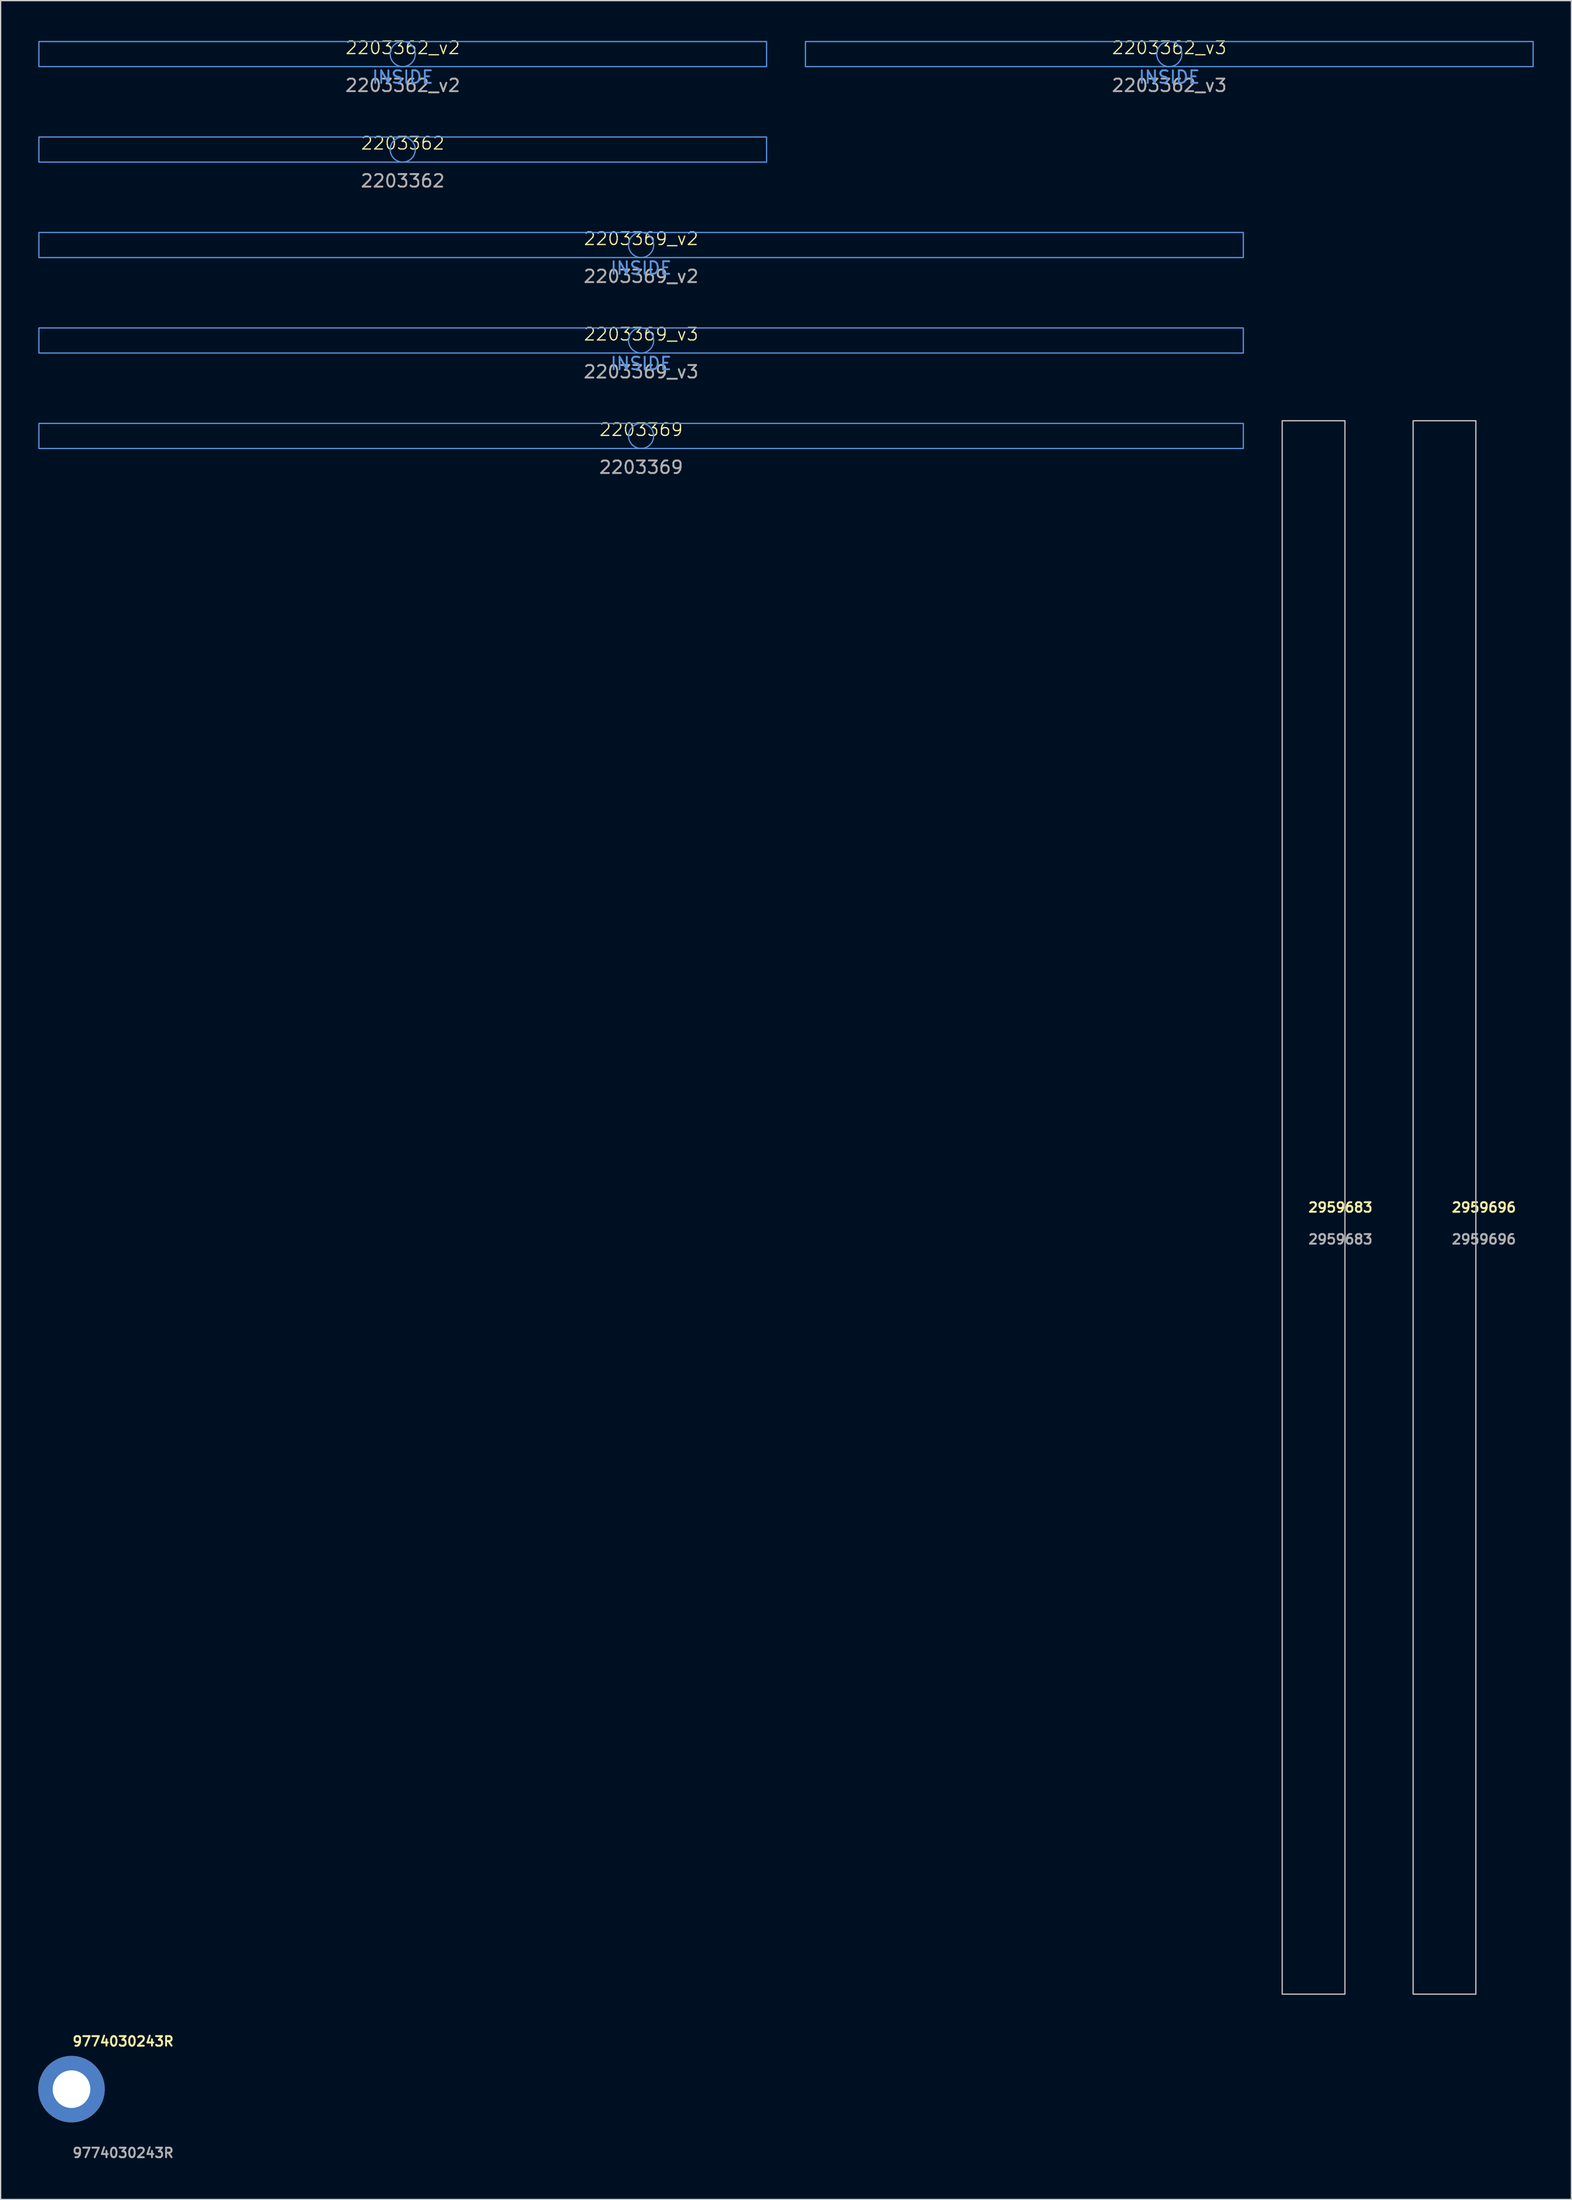
<source format=kicad_pcb>
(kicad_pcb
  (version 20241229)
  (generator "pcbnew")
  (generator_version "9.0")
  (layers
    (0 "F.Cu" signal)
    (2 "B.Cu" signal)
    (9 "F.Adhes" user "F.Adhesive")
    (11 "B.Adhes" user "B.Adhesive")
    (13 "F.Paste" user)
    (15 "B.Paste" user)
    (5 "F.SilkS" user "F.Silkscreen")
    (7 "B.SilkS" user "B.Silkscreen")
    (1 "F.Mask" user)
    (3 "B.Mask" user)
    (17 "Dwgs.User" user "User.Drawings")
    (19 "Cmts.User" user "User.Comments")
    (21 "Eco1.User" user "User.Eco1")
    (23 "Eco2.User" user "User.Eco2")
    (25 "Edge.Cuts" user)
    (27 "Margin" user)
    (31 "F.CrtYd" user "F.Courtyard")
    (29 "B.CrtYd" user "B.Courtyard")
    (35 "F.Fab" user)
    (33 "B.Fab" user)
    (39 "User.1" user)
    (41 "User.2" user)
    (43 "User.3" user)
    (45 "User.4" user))
  (footprint "2203369"
    (layer "F.Cu")
    (at 48.05 31.695)
    (property "Reference" "2203369" (at 0 -0.5 0) (unlocked yes) (layer "F.SilkS") (effects (font (size 1 1) (thickness 0.1))))
    (attr through_hole)
    (fp_rect (start -48 -1) (end 48 1) (stroke (width 0.1) (type solid)) (fill no) (layer "Cmts.User"))
    (fp_circle (center 0 0) (end 1 0) (stroke (width 0.1) (type solid)) (fill no) (layer "Cmts.User"))
    (fp_text user "${REFERENCE}" (at 0 2.5 0) (unlocked yes) (layer "F.Fab") (effects (font (size 1 1) (thickness 0.15)))))
  (footprint "2203362"
    (layer "F.Cu")
    (at 29.05 8.869)
    (property "Reference" "2203362" (at 0 -0.5 0) (unlocked yes) (layer "F.SilkS") (effects (font (size 1 1) (thickness 0.1))))
    (attr through_hole)
    (fp_rect (start -29 -1) (end 29 1) (stroke (width 0.1) (type solid)) (fill no) (layer "Cmts.User"))
    (fp_circle (center 0 0) (end 1 0) (stroke (width 0.1) (type solid)) (fill no) (layer "Cmts.User"))
    (fp_text user "${REFERENCE}" (at 0 2.5 0) (unlocked yes) (layer "F.Fab") (effects (font (size 1 1) (thickness 0.15)))))
  (footprint "2203362_v3"
    (layer "F.Cu")
    (at 90.15 1.26)
    (property "Reference" "2203362_v3" (at 0 -0.5 0) (unlocked yes) (layer "F.SilkS") (effects (font (size 1 1) (thickness 0.1))))
    (attr through_hole)
    (fp_rect (start -29 -1) (end 29 1) (stroke (width 0.1) (type solid)) (fill no) (layer "Cmts.User"))
    (fp_circle (center 0 0) (end 1 0) (stroke (width 0.1) (type solid)) (fill no) (layer "Cmts.User"))
    (fp_text user "INSIDE" (at 0 1.254 0) (unlocked yes) (layer "Cmts.User") (effects (font (size 1 1) (thickness 0.15)) (justify top)))
    (fp_text user "${REFERENCE}" (at 0 2.5 0) (unlocked yes) (layer "F.Fab") (effects (font (size 1 1) (thickness 0.15)))))
  (footprint "2959683"
    (layer "F.Cu")
    (at 101.15 93.185)
    (property "Reference" "2959683" (at 0 0 0) (unlocked yes) (layer "F.SilkS") (effects (font (size 0.762 0.762) (thickness 0.152) (bold yes)) (justify left)))
    (fp_rect (start -2 -62.7) (end 3 62.7) (stroke (width 0.1) (type default)) (fill no) (layer "Dwgs.User"))
    (fp_text user "${REFERENCE}" (at 0 2.54 0) (unlocked yes) (layer "F.Fab") (effects (font (size 0.762 0.762) (thickness 0.152) (bold yes)) (justify left))))
  (footprint "2203369_v2"
    (layer "F.Cu")
    (at 48.05 16.478)
    (property "Reference" "2203369_v2" (at 0 -0.5 0) (unlocked yes) (layer "F.SilkS") (effects (font (size 1 1) (thickness 0.1))))
    (attr through_hole)
    (fp_rect (start -48 -1) (end 48 1) (stroke (width 0.1) (type solid)) (fill no) (layer "Cmts.User"))
    (fp_circle (center 0 0) (end 1 0) (stroke (width 0.1) (type solid)) (fill no) (layer "Cmts.User"))
    (fp_text user "INSIDE" (at 0 1.254 0) (unlocked yes) (layer "Cmts.User") (effects (font (size 1 1) (thickness 0.15)) (justify top)))
    (fp_text user "${REFERENCE}" (at 0 2.5 0) (unlocked yes) (layer "F.Fab") (effects (font (size 1 1) (thickness 0.15)))))
  (footprint "2203369_v3"
    (layer "F.Cu")
    (at 48.05 24.087)
    (property "Reference" "2203369_v3" (at 0 -0.5 0) (unlocked yes) (layer "F.SilkS") (effects (font (size 1 1) (thickness 0.1))))
    (attr through_hole)
    (fp_rect (start -48 -1) (end 48 1) (stroke (width 0.1) (type solid)) (fill no) (layer "Cmts.User"))
    (fp_circle (center 0 0) (end 1 0) (stroke (width 0.1) (type solid)) (fill no) (layer "Cmts.User"))
    (fp_text user "INSIDE" (at 0 1.254 0) (unlocked yes) (layer "Cmts.User") (effects (font (size 1 1) (thickness 0.15)) (justify top)))
    (fp_text user "${REFERENCE}" (at 0 2.5 0) (unlocked yes) (layer "F.Fab") (effects (font (size 1 1) (thickness 0.15)))))
  (footprint "2959696"
    (layer "F.Cu")
    (at 112.585 93.185)
    (property "Reference" "2959696" (at 0 0 0) (unlocked yes) (layer "F.SilkS") (effects (font (size 0.762 0.762) (thickness 0.152) (bold yes)) (justify left)))
    (fp_rect (start -3 -62.7) (end 2 62.7) (stroke (width 0.1) (type default)) (fill no) (layer "Dwgs.User"))
    (fp_text user "${REFERENCE}" (at 0 2.54 0) (unlocked yes) (layer "F.Fab") (effects (font (size 0.762 0.762) (thickness 0.152) (bold yes)) (justify left))))
  (footprint "9774030243R"
    (layer "F.Cu")
    (at 2.65 163.458)
    (property "Reference" "9774030243R" (at 0 -3.81 0) (unlocked yes) (layer "F.SilkS") (effects (font (size 0.762 0.762) (thickness 0.152) (bold yes)) (justify left)))
    (attr through_hole)
    (fp_text user "${REFERENCE}" (at 0 5.08 0) (unlocked yes) (layer "F.Fab") (effects (font (size 0.762 0.762) (thickness 0.152) (bold yes)) (justify left)))
    (pad "" np_thru_hole circle (at 0 0) (size 5.3 5.3) (drill 3) (layers "*.Cu" "*.Mask")))
  (footprint "2203362_v2"
    (layer "F.Cu")
    (at 29.05 1.26)
    (property "Reference" "2203362_v2" (at 0 -0.5 0) (unlocked yes) (layer "F.SilkS") (effects (font (size 1 1) (thickness 0.1))))
    (attr through_hole)
    (fp_rect (start -29 -1) (end 29 1) (stroke (width 0.1) (type solid)) (fill no) (layer "Cmts.User"))
    (fp_circle (center 0 0) (end 1 0) (stroke (width 0.1) (type solid)) (fill no) (layer "Cmts.User"))
    (fp_text user "INSIDE" (at 0 1.254 0) (unlocked yes) (layer "Cmts.User") (effects (font (size 1 1) (thickness 0.15)) (justify top)))
    (fp_text user "${REFERENCE}" (at 0 2.5 0) (unlocked yes) (layer "F.Fab") (effects (font (size 1 1) (thickness 0.15)))))
  (gr_rect
    (start -3 -3)
    (end 122.2 172.251)
    (stroke (width 0.1) (type default))
    (fill no)
    (layer "Edge.Cuts")))
</source>
